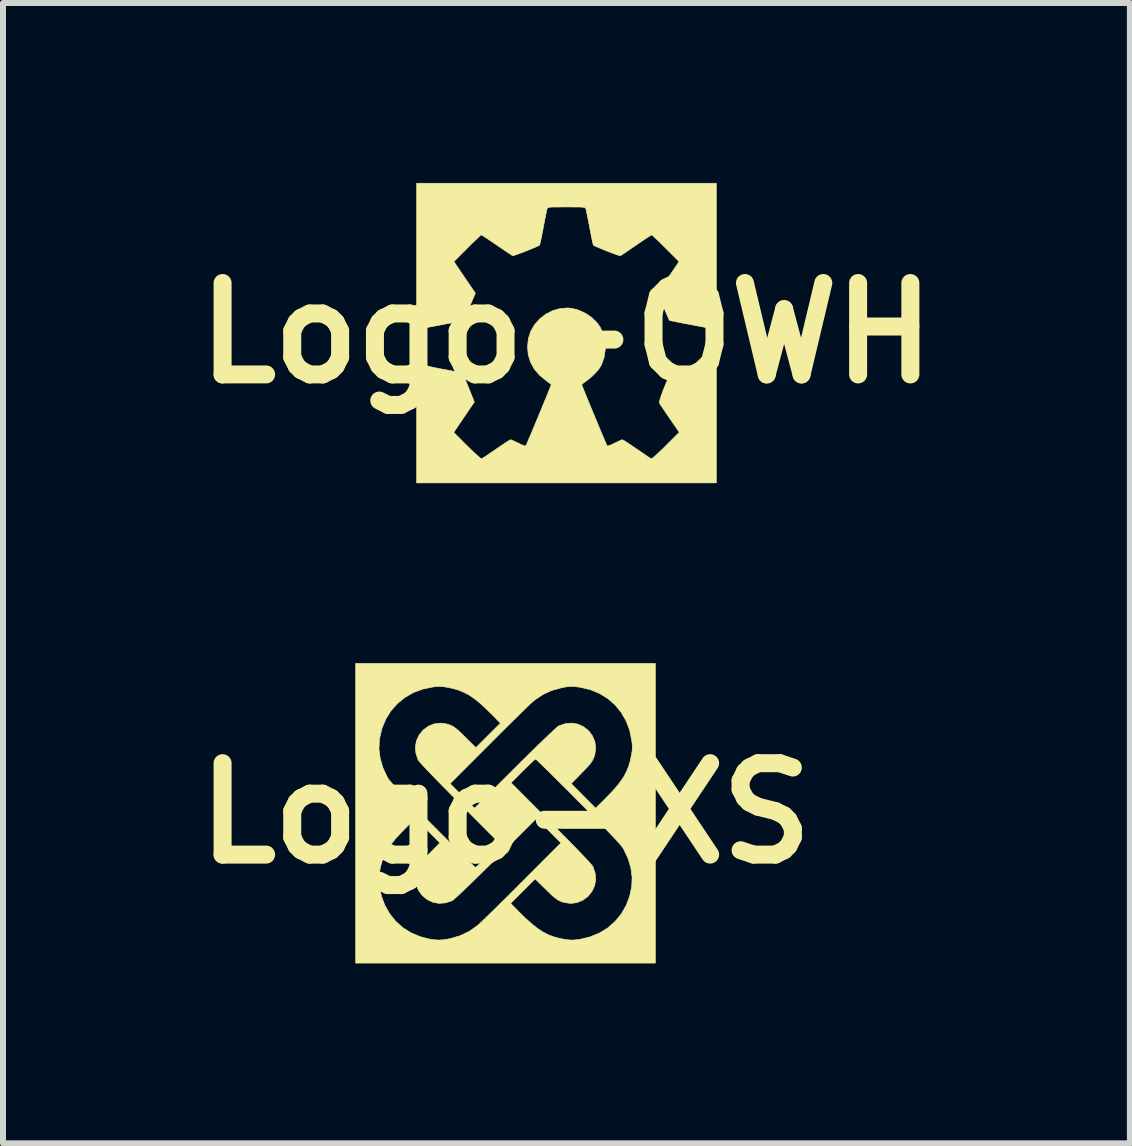
<source format=kicad_pcb>
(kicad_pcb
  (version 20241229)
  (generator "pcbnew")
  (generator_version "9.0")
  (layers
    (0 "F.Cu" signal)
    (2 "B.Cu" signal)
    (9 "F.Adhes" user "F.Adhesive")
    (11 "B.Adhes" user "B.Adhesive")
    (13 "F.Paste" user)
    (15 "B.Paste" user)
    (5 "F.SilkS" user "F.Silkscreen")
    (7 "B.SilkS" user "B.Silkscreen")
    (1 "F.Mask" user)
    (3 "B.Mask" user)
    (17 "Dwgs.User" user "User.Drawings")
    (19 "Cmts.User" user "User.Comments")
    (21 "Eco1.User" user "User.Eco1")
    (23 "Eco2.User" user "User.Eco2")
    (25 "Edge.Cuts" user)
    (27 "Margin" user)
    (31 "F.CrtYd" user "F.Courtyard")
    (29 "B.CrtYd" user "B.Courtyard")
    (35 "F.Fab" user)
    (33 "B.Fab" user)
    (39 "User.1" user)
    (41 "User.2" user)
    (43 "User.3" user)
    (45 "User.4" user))
  (footprint "Logo-OWH"
    (layer "F.Cu")
    (at 6.394 2.503)
    (property "Reference" "Logo-OWH" (at 0 0 0) (layer "F.SilkS") (effects (font (size 1.524 1.524) (thickness 0.3))))
    (attr through_hole)
    (fp_poly (pts (xy 2.498 2.498) (xy -2.498 2.498) (xy -2.498 0.402) (xy -2.341 0.402) (xy -2.34 0.458) (xy -2.338 0.498) (xy -2.334 0.523) (xy -2.329 0.538) (xy -2.322 0.546) (xy -2.318 0.548) (xy -2.297 0.555) (xy -2.252 0.565) (xy -2.19 0.578) (xy -2.115 0.593) (xy -2.039 0.607) (xy -1.956 0.622) (xy -1.881 0.637) (xy -1.819 0.649) (xy -1.775 0.659) (xy -1.755 0.664) (xy -1.741 0.676) (xy -1.723 0.702) (xy -1.7 0.747) (xy -1.672 0.812) (xy -1.635 0.901) (xy -1.631 0.912) (xy -1.536 1.149) (xy -1.708 1.402) (xy -1.88 1.655) (xy -1.656 1.879) (xy -1.59 1.944) (xy -1.531 2) (xy -1.48 2.046) (xy -1.442 2.079) (xy -1.419 2.095) (xy -1.414 2.096) (xy -1.398 2.086) (xy -1.362 2.063) (xy -1.31 2.028) (xy -1.248 1.986) (xy -1.177 1.937) (xy -1.172 1.934) (xy -1.101 1.885) (xy -1.038 1.843) (xy -0.987 1.81) (xy -0.95 1.787) (xy -0.932 1.778) (xy -0.932 1.778) (xy -0.913 1.784) (xy -0.876 1.8) (xy -0.827 1.823) (xy -0.802 1.835) (xy -0.751 1.86) (xy -0.709 1.876) (xy -0.683 1.882) (xy -0.678 1.881) (xy -0.671 1.866) (xy -0.654 1.829) (xy -0.63 1.772) (xy -0.599 1.7) (xy -0.564 1.616) (xy -0.525 1.522) (xy -0.484 1.424) (xy -0.442 1.323) (xy -0.402 1.225) (xy -0.363 1.131) (xy -0.328 1.046) (xy -0.298 0.972) (xy -0.275 0.915) (xy -0.26 0.876) (xy -0.254 0.859) (xy -0.254 0.859) (xy -0.265 0.848) (xy -0.293 0.826) (xy -0.33 0.799) (xy -0.446 0.705) (xy -0.536 0.6) (xy -0.6 0.484) (xy -0.638 0.358) (xy -0.649 0.232) (xy -0.636 0.097) (xy -0.597 -0.027) (xy -0.533 -0.139) (xy -0.446 -0.237) (xy -0.344 -0.316) (xy -0.229 -0.374) (xy -0.108 -0.409) (xy 0.016 -0.419) (xy 0.093 -0.412) (xy 0.208 -0.381) (xy 0.32 -0.328) (xy 0.422 -0.259) (xy 0.507 -0.176) (xy 0.56 -0.102) (xy 0.614 0.016) (xy 0.643 0.144) (xy 0.647 0.275) (xy 0.627 0.406) (xy 0.582 0.53) (xy 0.575 0.542) (xy 0.539 0.599) (xy 0.485 0.663) (xy 0.42 0.727) (xy 0.352 0.783) (xy 0.33 0.799) (xy 0.291 0.827) (xy 0.264 0.848) (xy 0.254 0.859) (xy 0.259 0.874) (xy 0.274 0.912) (xy 0.297 0.969) (xy 0.326 1.041) (xy 0.361 1.126) (xy 0.399 1.219) (xy 0.44 1.318) (xy 0.482 1.418) (xy 0.523 1.517) (xy 0.562 1.61) (xy 0.598 1.695) (xy 0.628 1.769) (xy 0.653 1.826) (xy 0.67 1.865) (xy 0.678 1.881) (xy 0.678 1.881) (xy 0.694 1.881) (xy 0.729 1.869) (xy 0.776 1.848) (xy 0.802 1.835) (xy 0.855 1.81) (xy 0.898 1.79) (xy 0.926 1.779) (xy 0.932 1.778) (xy 0.948 1.786) (xy 0.983 1.807) (xy 1.033 1.84) (xy 1.095 1.881) (xy 1.165 1.929) (xy 1.172 1.934) (xy 1.243 1.982) (xy 1.306 2.025) (xy 1.358 2.061) (xy 1.396 2.085) (xy 1.414 2.096) (xy 1.414 2.096) (xy 1.429 2.088) (xy 1.461 2.063) (xy 1.506 2.023) (xy 1.561 1.971) (xy 1.625 1.91) (xy 1.656 1.878) (xy 1.881 1.654) (xy 1.723 1.425) (xy 1.673 1.352) (xy 1.629 1.287) (xy 1.592 1.232) (xy 1.565 1.192) (xy 1.552 1.171) (xy 1.551 1.17) (xy 1.551 1.146) (xy 1.561 1.103) (xy 1.579 1.045) (xy 1.603 0.977) (xy 1.631 0.905) (xy 1.661 0.834) (xy 1.691 0.769) (xy 1.718 0.715) (xy 1.741 0.678) (xy 1.755 0.664) (xy 1.778 0.658) (xy 1.824 0.648) (xy 1.888 0.636) (xy 1.964 0.621) (xy 2.046 0.606) (xy 2.129 0.591) (xy 2.204 0.576) (xy 2.264 0.563) (xy 2.306 0.553) (xy 2.325 0.546) (xy 2.331 0.535) (xy 2.336 0.509) (xy 2.338 0.466) (xy 2.34 0.403) (xy 2.34 0.318) (xy 2.339 0.221) (xy 2.335 -0.091) (xy 2.029 -0.149) (xy 1.939 -0.166) (xy 1.86 -0.181) (xy 1.794 -0.195) (xy 1.746 -0.205) (xy 1.72 -0.211) (xy 1.716 -0.213) (xy 1.709 -0.227) (xy 1.693 -0.263) (xy 1.67 -0.316) (xy 1.641 -0.382) (xy 1.615 -0.442) (xy 1.52 -0.665) (xy 1.699 -0.928) (xy 1.877 -1.192) (xy 1.655 -1.414) (xy 1.59 -1.479) (xy 1.532 -1.536) (xy 1.482 -1.583) (xy 1.446 -1.617) (xy 1.424 -1.635) (xy 1.42 -1.637) (xy 1.406 -1.629) (xy 1.371 -1.608) (xy 1.321 -1.575) (xy 1.258 -1.533) (xy 1.187 -1.484) (xy 1.161 -1.466) (xy 1.086 -1.415) (xy 1.02 -1.37) (xy 0.964 -1.332) (xy 0.923 -1.305) (xy 0.9 -1.291) (xy 0.897 -1.29) (xy 0.88 -1.293) (xy 0.842 -1.305) (xy 0.79 -1.324) (xy 0.727 -1.347) (xy 0.66 -1.373) (xy 0.594 -1.4) (xy 0.535 -1.425) (xy 0.487 -1.445) (xy 0.457 -1.46) (xy 0.449 -1.465) (xy 0.444 -1.481) (xy 0.434 -1.521) (xy 0.422 -1.58) (xy 0.407 -1.653) (xy 0.391 -1.737) (xy 0.387 -1.757) (xy 0.37 -1.845) (xy 0.355 -1.924) (xy 0.341 -1.991) (xy 0.33 -2.041) (xy 0.324 -2.069) (xy 0.323 -2.071) (xy 0.318 -2.081) (xy 0.311 -2.089) (xy 0.298 -2.095) (xy 0.275 -2.098) (xy 0.238 -2.101) (xy 0.184 -2.102) (xy 0.11 -2.102) (xy 0.011 -2.103) (xy 0 -2.103) (xy -0.101 -2.102) (xy -0.178 -2.102) (xy -0.234 -2.101) (xy -0.272 -2.099) (xy -0.296 -2.095) (xy -0.31 -2.09) (xy -0.318 -2.082) (xy -0.322 -2.072) (xy -0.323 -2.071) (xy -0.329 -2.048) (xy -0.339 -2.001) (xy -0.352 -1.937) (xy -0.368 -1.859) (xy -0.384 -1.772) (xy -0.387 -1.757) (xy -0.403 -1.671) (xy -0.418 -1.595) (xy -0.432 -1.532) (xy -0.442 -1.488) (xy -0.448 -1.467) (xy -0.449 -1.465) (xy -0.467 -1.455) (xy -0.506 -1.437) (xy -0.56 -1.414) (xy -0.622 -1.389) (xy -0.689 -1.362) (xy -0.755 -1.337) (xy -0.814 -1.315) (xy -0.861 -1.299) (xy -0.89 -1.29) (xy -0.897 -1.29) (xy -0.913 -1.299) (xy -0.948 -1.322) (xy -1 -1.357) (xy -1.063 -1.4) (xy -1.136 -1.449) (xy -1.161 -1.466) (xy -1.234 -1.517) (xy -1.301 -1.561) (xy -1.356 -1.598) (xy -1.396 -1.623) (xy -1.418 -1.636) (xy -1.42 -1.637) (xy -1.433 -1.627) (xy -1.463 -1.601) (xy -1.507 -1.559) (xy -1.562 -1.507) (xy -1.624 -1.445) (xy -1.655 -1.414) (xy -1.877 -1.192) (xy -1.698 -0.928) (xy -1.519 -0.664) (xy -1.615 -0.441) (xy -1.647 -0.368) (xy -1.675 -0.304) (xy -1.697 -0.254) (xy -1.712 -0.222) (xy -1.716 -0.213) (xy -1.731 -0.208) (xy -1.77 -0.2) (xy -1.828 -0.188) (xy -1.902 -0.173) (xy -1.987 -0.157) (xy -2.029 -0.149) (xy -2.335 -0.091) (xy -2.339 0.222) (xy -2.34 0.324) (xy -2.341 0.402) (xy -2.498 0.402) (xy -2.498 -2.498) (xy 2.498 -2.498) (xy 2.498 2.498)) (stroke (width 0.01) (type solid)) (fill yes) (layer "F.SilkS")))
  (footprint "Logo-XS"
    (layer "F.Cu")
    (at 5.378 10.508)
    (property "Reference" "Logo-XS" (at 0 0 0) (layer "F.SilkS") (effects (font (size 1.524 1.524) (thickness 0.3))))
    (attr through_hole)
    (fp_poly (pts (xy 2.498 2.498) (xy -2.498 2.498) (xy -2.498 1.106) (xy -2.114 1.106) (xy -2.111 1.158) (xy -2.105 1.209) (xy -2.07 1.379) (xy -2.012 1.535) (xy -1.931 1.677) (xy -1.83 1.802) (xy -1.71 1.909) (xy -1.572 1.995) (xy -1.419 2.059) (xy -1.277 2.096) (xy -1.191 2.109) (xy -1.117 2.114) (xy -1.042 2.11) (xy -0.957 2.097) (xy -0.917 2.089) (xy -0.755 2.041) (xy -0.603 1.968) (xy -0.464 1.869) (xy -0.451 1.858) (xy -0.423 1.832) (xy -0.376 1.788) (xy -0.314 1.727) (xy -0.238 1.653) (xy -0.15 1.567) (xy -0.085 1.502) (xy 0.085 1.502) (xy 0.215 1.635) (xy 0.332 1.75) (xy 0.437 1.844) (xy 0.533 1.92) (xy 0.624 1.98) (xy 0.713 2.026) (xy 0.804 2.06) (xy 0.901 2.086) (xy 0.91 2.088) (xy 0.998 2.105) (xy 1.069 2.113) (xy 1.134 2.114) (xy 1.203 2.107) (xy 1.242 2.102) (xy 1.411 2.061) (xy 1.566 1.997) (xy 1.706 1.911) (xy 1.827 1.804) (xy 1.929 1.68) (xy 2.011 1.538) (xy 2.07 1.381) (xy 2.104 1.217) (xy 2.11 1.068) (xy 2.09 0.914) (xy 2.045 0.76) (xy 1.975 0.609) (xy 1.959 0.581) (xy 1.941 0.556) (xy 1.909 0.518) (xy 1.863 0.465) (xy 1.8 0.398) (xy 1.721 0.315) (xy 1.625 0.216) (xy 1.511 0.099) (xy 1.379 -0.035) (xy 1.227 -0.189) (xy 1.214 -0.201) (xy 1.098 -0.318) (xy 0.988 -0.428) (xy 0.884 -0.531) (xy 0.79 -0.625) (xy 0.706 -0.708) (xy 0.634 -0.778) (xy 0.576 -0.834) (xy 0.534 -0.875) (xy 0.508 -0.898) (xy 0.501 -0.903) (xy 0.487 -0.894) (xy 0.457 -0.867) (xy 0.413 -0.826) (xy 0.359 -0.774) (xy 0.298 -0.715) (xy 0.289 -0.706) (xy 0.092 -0.508) (xy 0.764 0.166) (xy 0.9 0.303) (xy 1.024 0.429) (xy 1.135 0.542) (xy 1.231 0.642) (xy 1.312 0.726) (xy 1.376 0.794) (xy 1.422 0.845) (xy 1.45 0.879) (xy 1.458 0.891) (xy 1.494 0.999) (xy 1.503 1.106) (xy 1.485 1.208) (xy 1.441 1.303) (xy 1.374 1.386) (xy 1.288 1.45) (xy 1.191 1.49) (xy 1.089 1.503) (xy 0.987 1.49) (xy 0.943 1.477) (xy 0.905 1.462) (xy 0.868 1.442) (xy 0.829 1.414) (xy 0.782 1.375) (xy 0.725 1.321) (xy 0.653 1.25) (xy 0.494 1.094) (xy 0.085 1.502) (xy -0.085 1.502) (xy -0.053 1.471) (xy 0.052 1.367) (xy 0.162 1.257) (xy 0.276 1.143) (xy 0.289 1.13) (xy 0.924 0.494) (xy 0.72 0.289) (xy 0.516 0.085) (xy -0.162 0.76) (xy -0.3 0.897) (xy -0.427 1.022) (xy -0.54 1.133) (xy -0.64 1.229) (xy -0.724 1.31) (xy -0.793 1.374) (xy -0.845 1.421) (xy -0.878 1.45) (xy -0.891 1.458) (xy -0.999 1.494) (xy -1.106 1.503) (xy -1.208 1.485) (xy -1.303 1.441) (xy -1.386 1.374) (xy -1.45 1.288) (xy -1.49 1.191) (xy -1.503 1.089) (xy -1.49 0.987) (xy -1.477 0.943) (xy -1.462 0.905) (xy -1.442 0.868) (xy -1.414 0.829) (xy -1.375 0.782) (xy -1.321 0.725) (xy -1.25 0.653) (xy -1.094 0.494) (xy -1.502 0.085) (xy -1.635 0.215) (xy -1.747 0.33) (xy -1.84 0.431) (xy -1.914 0.524) (xy -1.973 0.611) (xy -2.018 0.698) (xy -2.054 0.787) (xy -2.081 0.882) (xy -2.091 0.931) (xy -2.105 1.003) (xy -2.112 1.057) (xy -2.114 1.106) (xy -2.498 1.106) (xy -2.498 -1.068) (xy -2.11 -1.068) (xy -2.09 -0.914) (xy -2.045 -0.76) (xy -1.975 -0.609) (xy -1.959 -0.581) (xy -1.941 -0.556) (xy -1.909 -0.518) (xy -1.863 -0.465) (xy -1.8 -0.398) (xy -1.721 -0.315) (xy -1.625 -0.216) (xy -1.511 -0.099) (xy -1.379 0.035) (xy -1.227 0.189) (xy -1.214 0.201) (xy -1.098 0.318) (xy -0.988 0.428) (xy -0.884 0.531) (xy -0.79 0.625) (xy -0.706 0.708) (xy -0.634 0.778) (xy -0.576 0.834) (xy -0.534 0.875) (xy -0.508 0.898) (xy -0.501 0.903) (xy -0.487 0.894) (xy -0.457 0.867) (xy -0.413 0.826) (xy -0.359 0.774) (xy -0.298 0.715) (xy -0.289 0.706) (xy -0.092 0.508) (xy -0.764 -0.166) (xy -0.9 -0.303) (xy -1.024 -0.429) (xy -1.088 -0.494) (xy -0.924 -0.494) (xy -0.72 -0.289) (xy -0.516 -0.085) (xy 0.162 -0.76) (xy 0.3 -0.897) (xy 0.427 -1.022) (xy 0.54 -1.133) (xy 0.64 -1.229) (xy 0.724 -1.31) (xy 0.793 -1.374) (xy 0.845 -1.421) (xy 0.878 -1.45) (xy 0.891 -1.458) (xy 0.999 -1.494) (xy 1.106 -1.503) (xy 1.208 -1.485) (xy 1.303 -1.441) (xy 1.386 -1.374) (xy 1.45 -1.288) (xy 1.49 -1.191) (xy 1.503 -1.089) (xy 1.49 -0.987) (xy 1.477 -0.943) (xy 1.462 -0.905) (xy 1.442 -0.868) (xy 1.414 -0.829) (xy 1.375 -0.782) (xy 1.321 -0.725) (xy 1.25 -0.653) (xy 1.094 -0.494) (xy 1.502 -0.085) (xy 1.635 -0.215) (xy 1.747 -0.33) (xy 1.84 -0.431) (xy 1.914 -0.524) (xy 1.973 -0.611) (xy 2.018 -0.698) (xy 2.054 -0.787) (xy 2.081 -0.882) (xy 2.091 -0.931) (xy 2.105 -1.003) (xy 2.112 -1.057) (xy 2.114 -1.106) (xy 2.111 -1.158) (xy 2.105 -1.209) (xy 2.07 -1.38) (xy 2.012 -1.536) (xy 1.931 -1.678) (xy 1.829 -1.803) (xy 1.709 -1.909) (xy 1.571 -1.995) (xy 1.418 -2.059) (xy 1.251 -2.099) (xy 1.209 -2.105) (xy 1.146 -2.112) (xy 1.095 -2.114) (xy 1.047 -2.111) (xy 0.989 -2.103) (xy 0.931 -2.091) (xy 0.77 -2.047) (xy 0.624 -1.98) (xy 0.49 -1.89) (xy 0.451 -1.858) (xy 0.423 -1.832) (xy 0.376 -1.788) (xy 0.314 -1.727) (xy 0.238 -1.653) (xy 0.15 -1.567) (xy 0.053 -1.471) (xy -0.052 -1.367) (xy -0.162 -1.257) (xy -0.276 -1.143) (xy -0.289 -1.13) (xy -0.924 -0.494) (xy -1.088 -0.494) (xy -1.135 -0.542) (xy -1.231 -0.642) (xy -1.312 -0.726) (xy -1.376 -0.794) (xy -1.422 -0.845) (xy -1.45 -0.879) (xy -1.458 -0.891) (xy -1.494 -0.999) (xy -1.503 -1.106) (xy -1.485 -1.208) (xy -1.441 -1.303) (xy -1.374 -1.386) (xy -1.288 -1.45) (xy -1.191 -1.49) (xy -1.089 -1.503) (xy -0.987 -1.49) (xy -0.943 -1.477) (xy -0.905 -1.462) (xy -0.868 -1.442) (xy -0.829 -1.414) (xy -0.782 -1.375) (xy -0.725 -1.321) (xy -0.653 -1.25) (xy -0.494 -1.094) (xy -0.085 -1.502) (xy -0.215 -1.635) (xy -0.33 -1.747) (xy -0.431 -1.84) (xy -0.524 -1.914) (xy -0.611 -1.973) (xy -0.698 -2.018) (xy -0.787 -2.054) (xy -0.882 -2.081) (xy -0.931 -2.091) (xy -1.003 -2.105) (xy -1.058 -2.112) (xy -1.106 -2.114) (xy -1.158 -2.111) (xy -1.209 -2.105) (xy -1.379 -2.07) (xy -1.536 -2.012) (xy -1.677 -1.931) (xy -1.802 -1.829) (xy -1.909 -1.709) (xy -1.995 -1.571) (xy -2.059 -1.418) (xy -2.099 -1.25) (xy -2.104 -1.217) (xy -2.11 -1.068) (xy -2.498 -1.068) (xy -2.498 -2.498) (xy 2.498 -2.498) (xy 2.498 2.498)) (stroke (width 0.01) (type solid)) (fill yes) (layer "F.SilkS")))
  (gr_rect
    (start -3 -3)
    (end 15.787 16.011)
    (stroke (width 0.1) (type default))
    (fill no)
    (layer "Edge.Cuts")))
</source>
